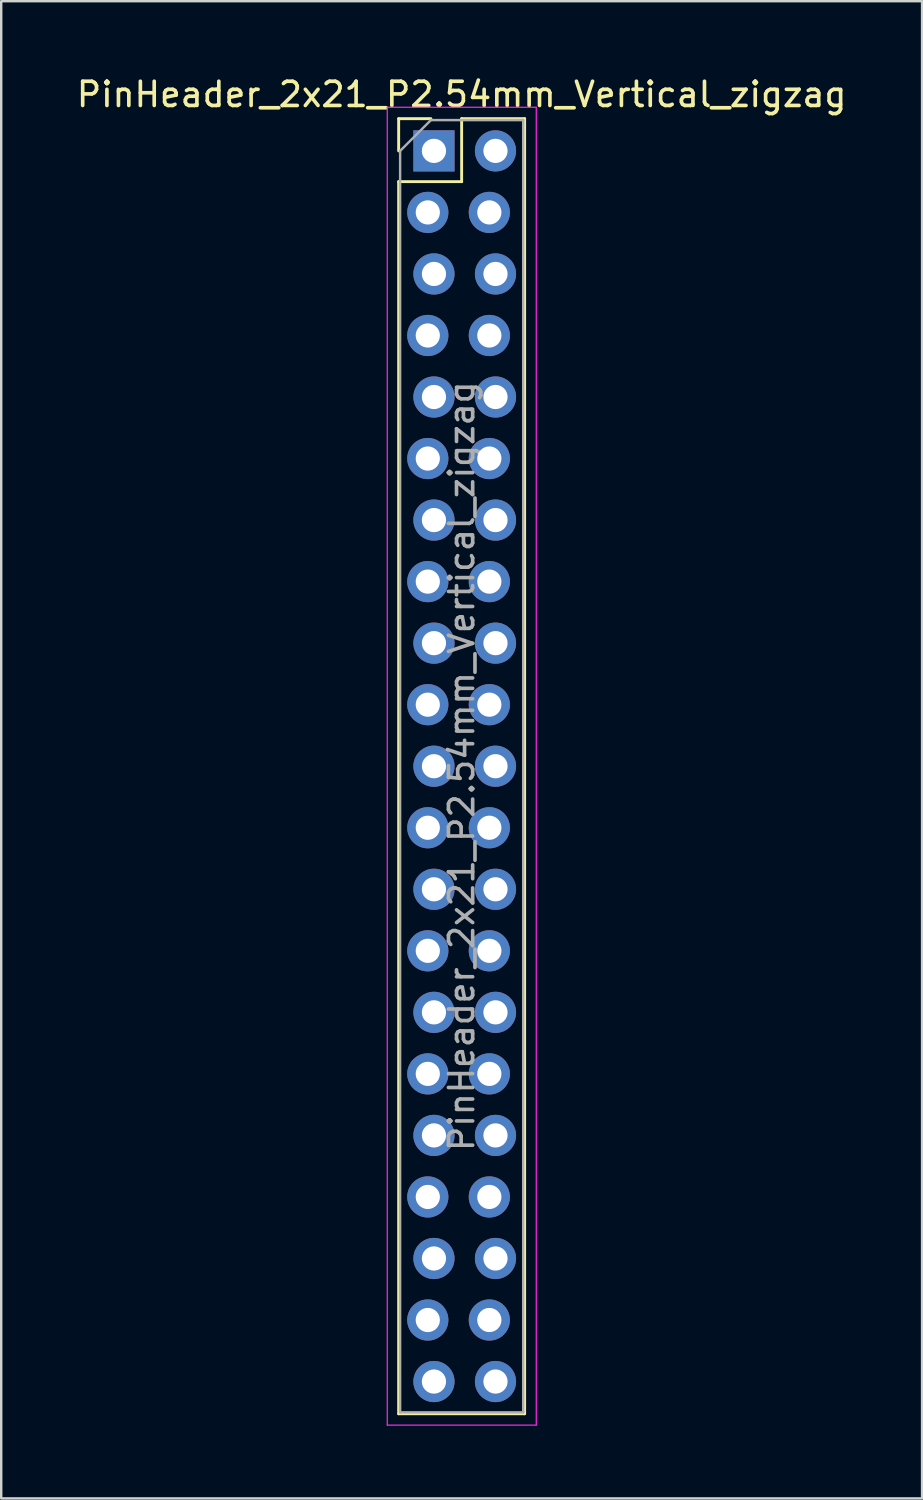
<source format=kicad_pcb>
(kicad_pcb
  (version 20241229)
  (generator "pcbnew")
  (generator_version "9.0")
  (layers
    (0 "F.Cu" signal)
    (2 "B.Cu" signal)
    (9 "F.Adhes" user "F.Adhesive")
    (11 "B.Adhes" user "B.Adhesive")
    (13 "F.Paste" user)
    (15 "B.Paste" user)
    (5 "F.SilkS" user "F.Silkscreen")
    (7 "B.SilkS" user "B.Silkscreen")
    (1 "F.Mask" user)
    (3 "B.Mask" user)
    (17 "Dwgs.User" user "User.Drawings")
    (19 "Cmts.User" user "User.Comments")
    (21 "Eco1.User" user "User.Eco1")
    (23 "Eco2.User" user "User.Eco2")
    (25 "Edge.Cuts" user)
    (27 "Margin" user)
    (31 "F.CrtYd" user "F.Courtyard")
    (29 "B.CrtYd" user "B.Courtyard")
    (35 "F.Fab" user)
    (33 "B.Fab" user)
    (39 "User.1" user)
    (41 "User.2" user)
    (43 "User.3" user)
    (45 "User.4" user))
  (footprint "PinHeader_2x21_P2.54mm_Vertical_zigzag"
    (layer "F.Cu")
    (at 14.736 3.178)
    (property "Reference" "PinHeader_2x21_P2.54mm_Vertical_zigzag" (at 1.27 -2.33 0) (layer "F.SilkS") (effects (font (size 1 1) (thickness 0.15))))
    (attr through_hole)
    (fp_line (start -1.33 -1.33) (end 0 -1.33) (stroke (width 0.12) (type solid)) (layer "F.SilkS"))
    (fp_line (start -1.33 0) (end -1.33 -1.33) (stroke (width 0.12) (type solid)) (layer "F.SilkS"))
    (fp_line (start -1.33 1.27) (end -1.33 52.13) (stroke (width 0.12) (type solid)) (layer "F.SilkS"))
    (fp_line (start -1.33 1.27) (end 1.27 1.27) (stroke (width 0.12) (type solid)) (layer "F.SilkS"))
    (fp_line (start -1.33 52.13) (end 3.87 52.13) (stroke (width 0.12) (type solid)) (layer "F.SilkS"))
    (fp_line (start 1.27 -1.33) (end 3.87 -1.33) (stroke (width 0.12) (type solid)) (layer "F.SilkS"))
    (fp_line (start 1.27 1.27) (end 1.27 -1.33) (stroke (width 0.12) (type solid)) (layer "F.SilkS"))
    (fp_line (start 3.87 -1.33) (end 3.87 52.13) (stroke (width 0.12) (type solid)) (layer "F.SilkS"))
    (fp_line (start -1.8 -1.8) (end -1.8 52.6) (stroke (width 0.05) (type solid)) (layer "F.CrtYd"))
    (fp_line (start -1.8 52.6) (end 4.35 52.6) (stroke (width 0.05) (type solid)) (layer "F.CrtYd"))
    (fp_line (start 4.35 -1.8) (end -1.8 -1.8) (stroke (width 0.05) (type solid)) (layer "F.CrtYd"))
    (fp_line (start 4.35 52.6) (end 4.35 -1.8) (stroke (width 0.05) (type solid)) (layer "F.CrtYd"))
    (fp_line (start -1.27 0) (end 0 -1.27) (stroke (width 0.1) (type solid)) (layer "F.Fab"))
    (fp_line (start -1.27 52.07) (end -1.27 0) (stroke (width 0.1) (type solid)) (layer "F.Fab"))
    (fp_line (start 0 -1.27) (end 3.81 -1.27) (stroke (width 0.1) (type solid)) (layer "F.Fab"))
    (fp_line (start 3.81 -1.27) (end 3.81 52.07) (stroke (width 0.1) (type solid)) (layer "F.Fab"))
    (fp_line (start 3.81 52.07) (end -1.27 52.07) (stroke (width 0.1) (type solid)) (layer "F.Fab"))
    (fp_text user "${REFERENCE}" (at 1.27 25.4 90) (layer "F.Fab") (effects (font (size 1 1) (thickness 0.15))))
    (pad "1" thru_hole rect (at 0.127 0) (size 1.7 1.7) (drill 1) (layers "*.Cu" "*.Mask"))
    (pad "2" thru_hole oval (at 2.667 0) (size 1.7 1.7) (drill 1) (layers "*.Cu" "*.Mask"))
    (pad "3" thru_hole oval (at -0.127 2.54) (size 1.7 1.7) (drill 1) (layers "*.Cu" "*.Mask"))
    (pad "4" thru_hole oval (at 2.413 2.54) (size 1.7 1.7) (drill 1) (layers "*.Cu" "*.Mask"))
    (pad "5" thru_hole oval (at 0.127 5.08) (size 1.7 1.7) (drill 1) (layers "*.Cu" "*.Mask"))
    (pad "6" thru_hole oval (at 2.667 5.08) (size 1.7 1.7) (drill 1) (layers "*.Cu" "*.Mask"))
    (pad "7" thru_hole oval (at -0.127 7.62) (size 1.7 1.7) (drill 1) (layers "*.Cu" "*.Mask"))
    (pad "8" thru_hole oval (at 2.413 7.62) (size 1.7 1.7) (drill 1) (layers "*.Cu" "*.Mask"))
    (pad "9" thru_hole oval (at 0.127 10.16) (size 1.7 1.7) (drill 1) (layers "*.Cu" "*.Mask"))
    (pad "10" thru_hole oval (at 2.667 10.16) (size 1.7 1.7) (drill 1) (layers "*.Cu" "*.Mask"))
    (pad "11" thru_hole oval (at -0.127 12.7) (size 1.7 1.7) (drill 1) (layers "*.Cu" "*.Mask"))
    (pad "12" thru_hole oval (at 2.413 12.7) (size 1.7 1.7) (drill 1) (layers "*.Cu" "*.Mask"))
    (pad "13" thru_hole oval (at 0.127 15.24) (size 1.7 1.7) (drill 1) (layers "*.Cu" "*.Mask"))
    (pad "14" thru_hole oval (at 2.667 15.24) (size 1.7 1.7) (drill 1) (layers "*.Cu" "*.Mask"))
    (pad "15" thru_hole oval (at -0.127 17.78) (size 1.7 1.7) (drill 1) (layers "*.Cu" "*.Mask"))
    (pad "16" thru_hole oval (at 2.413 17.78) (size 1.7 1.7) (drill 1) (layers "*.Cu" "*.Mask"))
    (pad "17" thru_hole oval (at 0.127 20.32) (size 1.7 1.7) (drill 1) (layers "*.Cu" "*.Mask"))
    (pad "18" thru_hole oval (at 2.667 20.32) (size 1.7 1.7) (drill 1) (layers "*.Cu" "*.Mask"))
    (pad "19" thru_hole oval (at -0.127 22.86) (size 1.7 1.7) (drill 1) (layers "*.Cu" "*.Mask"))
    (pad "20" thru_hole oval (at 2.413 22.86) (size 1.7 1.7) (drill 1) (layers "*.Cu" "*.Mask"))
    (pad "21" thru_hole oval (at 0.127 25.4) (size 1.7 1.7) (drill 1) (layers "*.Cu" "*.Mask"))
    (pad "22" thru_hole oval (at 2.667 25.4) (size 1.7 1.7) (drill 1) (layers "*.Cu" "*.Mask"))
    (pad "23" thru_hole oval (at -0.127 27.94) (size 1.7 1.7) (drill 1) (layers "*.Cu" "*.Mask"))
    (pad "24" thru_hole oval (at 2.413 27.94) (size 1.7 1.7) (drill 1) (layers "*.Cu" "*.Mask"))
    (pad "25" thru_hole oval (at 0.127 30.48) (size 1.7 1.7) (drill 1) (layers "*.Cu" "*.Mask"))
    (pad "26" thru_hole oval (at 2.667 30.48) (size 1.7 1.7) (drill 1) (layers "*.Cu" "*.Mask"))
    (pad "27" thru_hole oval (at -0.127 33.02) (size 1.7 1.7) (drill 1) (layers "*.Cu" "*.Mask"))
    (pad "28" thru_hole oval (at 2.413 33.02) (size 1.7 1.7) (drill 1) (layers "*.Cu" "*.Mask"))
    (pad "29" thru_hole oval (at 0.127 35.56) (size 1.7 1.7) (drill 1) (layers "*.Cu" "*.Mask"))
    (pad "30" thru_hole oval (at 2.667 35.56) (size 1.7 1.7) (drill 1) (layers "*.Cu" "*.Mask"))
    (pad "31" thru_hole oval (at -0.127 38.1) (size 1.7 1.7) (drill 1) (layers "*.Cu" "*.Mask"))
    (pad "32" thru_hole oval (at 2.413 38.1) (size 1.7 1.7) (drill 1) (layers "*.Cu" "*.Mask"))
    (pad "33" thru_hole oval (at 0.127 40.64) (size 1.7 1.7) (drill 1) (layers "*.Cu" "*.Mask"))
    (pad "34" thru_hole oval (at 2.667 40.64) (size 1.7 1.7) (drill 1) (layers "*.Cu" "*.Mask"))
    (pad "35" thru_hole oval (at -0.127 43.18) (size 1.7 1.7) (drill 1) (layers "*.Cu" "*.Mask"))
    (pad "36" thru_hole oval (at 2.413 43.18) (size 1.7 1.7) (drill 1) (layers "*.Cu" "*.Mask"))
    (pad "37" thru_hole oval (at 0.127 45.72) (size 1.7 1.7) (drill 1) (layers "*.Cu" "*.Mask"))
    (pad "38" thru_hole oval (at 2.667 45.72) (size 1.7 1.7) (drill 1) (layers "*.Cu" "*.Mask"))
    (pad "39" thru_hole oval (at -0.127 48.26) (size 1.7 1.7) (drill 1) (layers "*.Cu" "*.Mask"))
    (pad "40" thru_hole oval (at 2.413 48.26) (size 1.7 1.7) (drill 1) (layers "*.Cu" "*.Mask"))
    (pad "41" thru_hole oval (at 0.127 50.8) (size 1.7 1.7) (drill 1) (layers "*.Cu" "*.Mask"))
    (pad "42" thru_hole oval (at 2.667 50.8) (size 1.7 1.7) (drill 1) (layers "*.Cu" "*.Mask")))
  (gr_rect
    (start -3 -3)
    (end 35.012 58.803)
    (stroke (width 0.1) (type default))
    (fill no)
    (layer "Edge.Cuts")))
</source>
